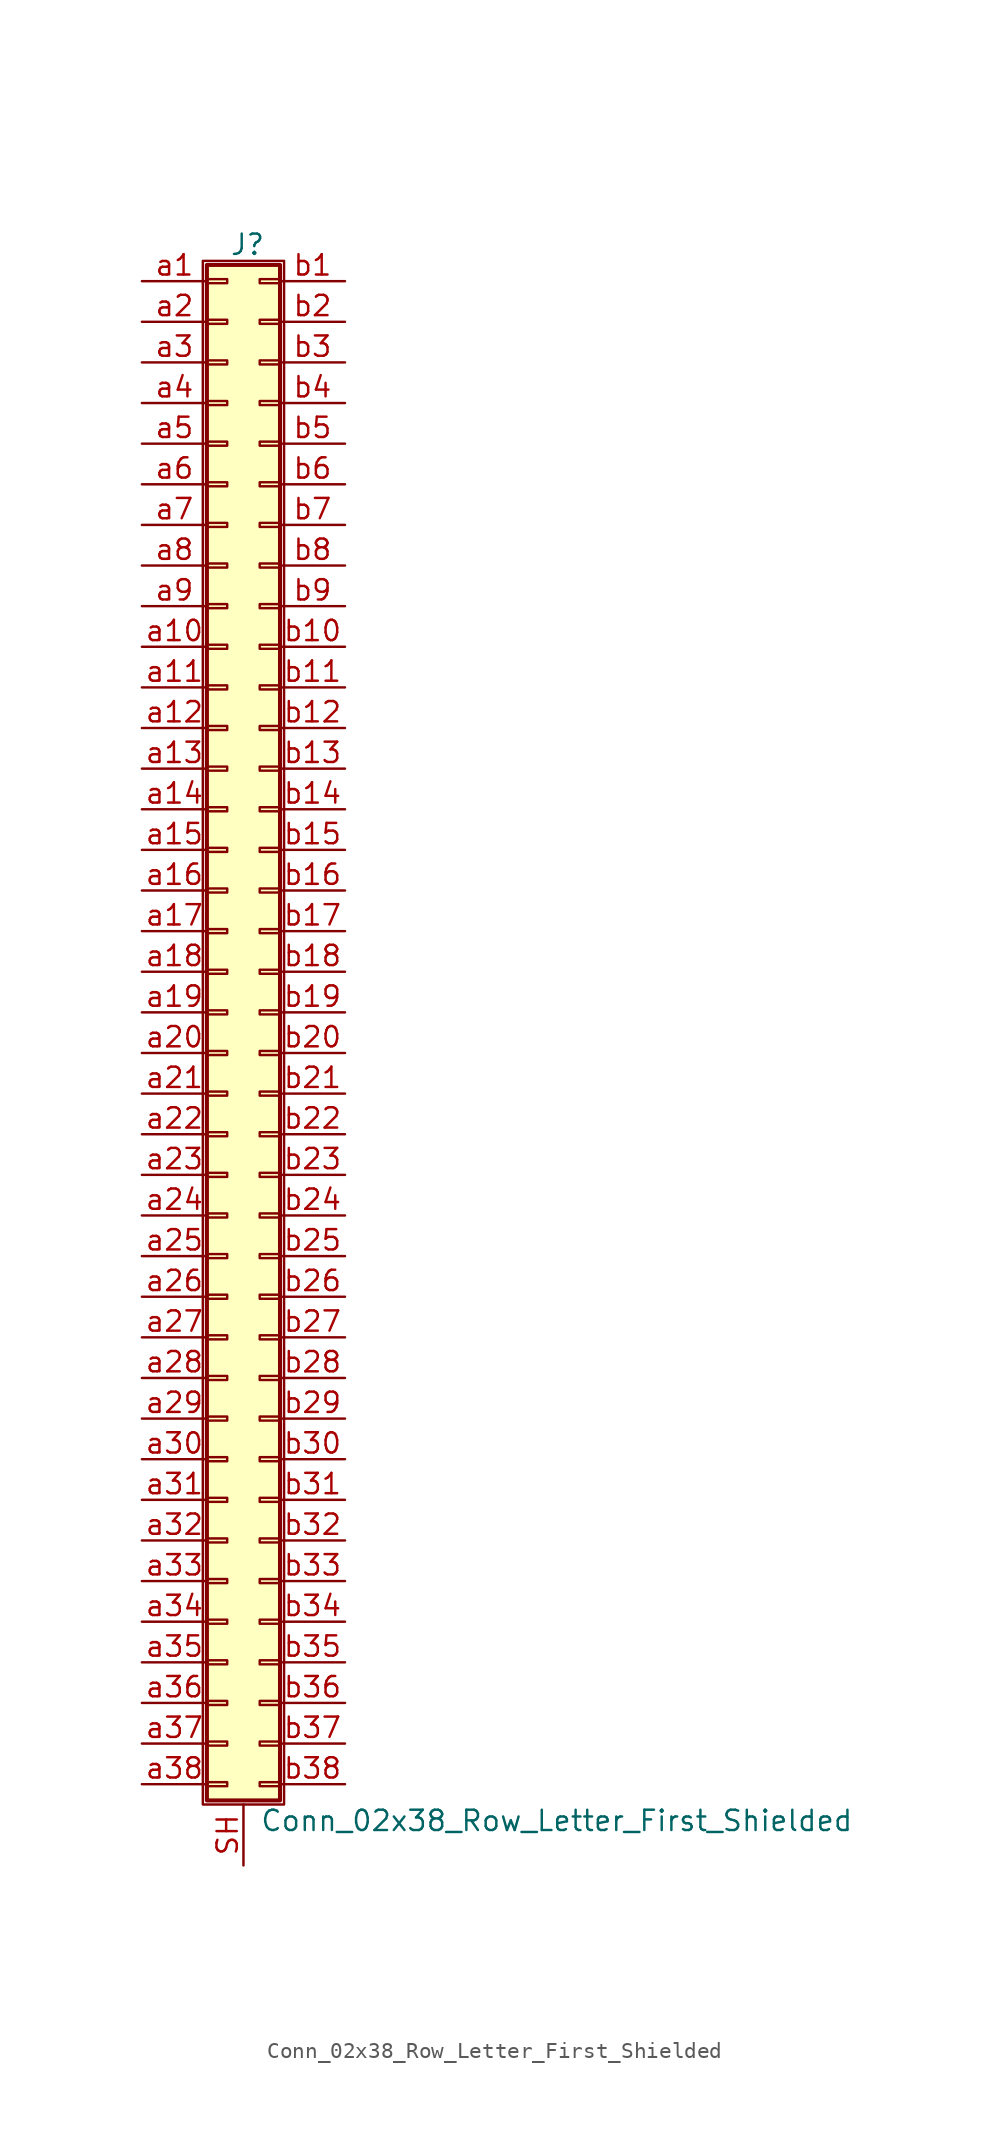
<source format=kicad_sym>
(kicad_symbol_lib
  (version 20220914)
  (generator kicad_symbol_editor)
  (symbol "Conn_02x38_Row_Letter_First_Shielded"
    (pin_names
      (offset 1.016) hide)
    (property "Reference" "J"
      (at 1.524 48.006 0)
      (effects (font (size 1.27 1.27))))
    (property "Value" "Conn_02x38_Row_Letter_First_Shielded"
      (at 2.286 -50.546 0)
      (effects (font (size 1.27 1.27)) (justify left)))
    (symbol "Conn_02x38_Row_Letter_First_Shielded_1_1"
      (rectangle (start -1.27 46.99) (end 3.81 -49.53) (stroke (width 0.152) (type default)) (fill (type none)))
      (rectangle (start -1.016 -48.133) (end 0.254 -48.387) (stroke (width 0.152) (type default)) (fill (type none)))
      (rectangle (start -1.016 -45.593) (end 0.254 -45.847) (stroke (width 0.152) (type default)) (fill (type none)))
      (rectangle (start -1.016 -43.053) (end 0.254 -43.307) (stroke (width 0.152) (type default)) (fill (type none)))
      (rectangle (start -1.016 -40.513) (end 0.254 -40.767) (stroke (width 0.152) (type default)) (fill (type none)))
      (rectangle (start -1.016 -37.973) (end 0.254 -38.227) (stroke (width 0.152) (type default)) (fill (type none)))
      (rectangle (start -1.016 -35.433) (end 0.254 -35.687) (stroke (width 0.152) (type default)) (fill (type none)))
      (rectangle (start -1.016 -32.893) (end 0.254 -33.147) (stroke (width 0.152) (type default)) (fill (type none)))
      (rectangle (start -1.016 -30.353) (end 0.254 -30.607) (stroke (width 0.152) (type default)) (fill (type none)))
      (rectangle (start -1.016 -27.813) (end 0.254 -28.067) (stroke (width 0.152) (type default)) (fill (type none)))
      (rectangle (start -1.016 -25.273) (end 0.254 -25.527) (stroke (width 0.152) (type default)) (fill (type none)))
      (rectangle (start -1.016 -22.733) (end 0.254 -22.987) (stroke (width 0.152) (type default)) (fill (type none)))
      (rectangle (start -1.016 -20.193) (end 0.254 -20.447) (stroke (width 0.152) (type default)) (fill (type none)))
      (rectangle (start -1.016 -17.653) (end 0.254 -17.907) (stroke (width 0.152) (type default)) (fill (type none)))
      (rectangle (start -1.016 -15.113) (end 0.254 -15.367) (stroke (width 0.152) (type default)) (fill (type none)))
      (rectangle (start -1.016 -12.573) (end 0.254 -12.827) (stroke (width 0.152) (type default)) (fill (type none)))
      (rectangle (start -1.016 -10.033) (end 0.254 -10.287) (stroke (width 0.152) (type default)) (fill (type none)))
      (rectangle (start -1.016 -7.493) (end 0.254 -7.747) (stroke (width 0.152) (type default)) (fill (type none)))
      (rectangle (start -1.016 -4.953) (end 0.254 -5.207) (stroke (width 0.152) (type default)) (fill (type none)))
      (rectangle (start -1.016 -2.413) (end 0.254 -2.667) (stroke (width 0.152) (type default)) (fill (type none)))
      (rectangle (start -1.016 0.127) (end 0.254 -0.127) (stroke (width 0.152) (type default)) (fill (type none)))
      (rectangle (start -1.016 2.667) (end 0.254 2.413) (stroke (width 0.152) (type default)) (fill (type none)))
      (rectangle (start -1.016 5.207) (end 0.254 4.953) (stroke (width 0.152) (type default)) (fill (type none)))
      (rectangle (start -1.016 7.747) (end 0.254 7.493) (stroke (width 0.152) (type default)) (fill (type none)))
      (rectangle (start -1.016 10.287) (end 0.254 10.033) (stroke (width 0.152) (type default)) (fill (type none)))
      (rectangle (start -1.016 12.827) (end 0.254 12.573) (stroke (width 0.152) (type default)) (fill (type none)))
      (rectangle (start -1.016 15.367) (end 0.254 15.113) (stroke (width 0.152) (type default)) (fill (type none)))
      (rectangle (start -1.016 17.907) (end 0.254 17.653) (stroke (width 0.152) (type default)) (fill (type none)))
      (rectangle (start -1.016 20.447) (end 0.254 20.193) (stroke (width 0.152) (type default)) (fill (type none)))
      (rectangle (start -1.016 22.987) (end 0.254 22.733) (stroke (width 0.152) (type default)) (fill (type none)))
      (rectangle (start -1.016 25.527) (end 0.254 25.273) (stroke (width 0.152) (type default)) (fill (type none)))
      (rectangle (start -1.016 28.067) (end 0.254 27.813) (stroke (width 0.152) (type default)) (fill (type none)))
      (rectangle (start -1.016 30.607) (end 0.254 30.353) (stroke (width 0.152) (type default)) (fill (type none)))
      (rectangle (start -1.016 33.147) (end 0.254 32.893) (stroke (width 0.152) (type default)) (fill (type none)))
      (rectangle (start -1.016 35.687) (end 0.254 35.433) (stroke (width 0.152) (type default)) (fill (type none)))
      (rectangle (start -1.016 38.227) (end 0.254 37.973) (stroke (width 0.152) (type default)) (fill (type none)))
      (rectangle (start -1.016 40.767) (end 0.254 40.513) (stroke (width 0.152) (type default)) (fill (type none)))
      (rectangle (start -1.016 43.307) (end 0.254 43.053) (stroke (width 0.152) (type default)) (fill (type none)))
      (rectangle (start -1.016 45.847) (end 0.254 45.593) (stroke (width 0.152) (type default)) (fill (type none)))
      (rectangle (start -1.016 46.736) (end 3.556 -49.276) (stroke (width 0.254) (type default)) (fill (type background)))
      (rectangle (start 3.556 -48.133) (end 2.286 -48.387) (stroke (width 0.152) (type default)) (fill (type none)))
      (rectangle (start 3.556 -45.593) (end 2.286 -45.847) (stroke (width 0.152) (type default)) (fill (type none)))
      (rectangle (start 3.556 -43.053) (end 2.286 -43.307) (stroke (width 0.152) (type default)) (fill (type none)))
      (rectangle (start 3.556 -40.513) (end 2.286 -40.767) (stroke (width 0.152) (type default)) (fill (type none)))
      (rectangle (start 3.556 -37.973) (end 2.286 -38.227) (stroke (width 0.152) (type default)) (fill (type none)))
      (rectangle (start 3.556 -35.433) (end 2.286 -35.687) (stroke (width 0.152) (type default)) (fill (type none)))
      (rectangle (start 3.556 -32.893) (end 2.286 -33.147) (stroke (width 0.152) (type default)) (fill (type none)))
      (rectangle (start 3.556 -30.353) (end 2.286 -30.607) (stroke (width 0.152) (type default)) (fill (type none)))
      (rectangle (start 3.556 -27.813) (end 2.286 -28.067) (stroke (width 0.152) (type default)) (fill (type none)))
      (rectangle (start 3.556 -25.273) (end 2.286 -25.527) (stroke (width 0.152) (type default)) (fill (type none)))
      (rectangle (start 3.556 -22.733) (end 2.286 -22.987) (stroke (width 0.152) (type default)) (fill (type none)))
      (rectangle (start 3.556 -20.193) (end 2.286 -20.447) (stroke (width 0.152) (type default)) (fill (type none)))
      (rectangle (start 3.556 -17.653) (end 2.286 -17.907) (stroke (width 0.152) (type default)) (fill (type none)))
      (rectangle (start 3.556 -15.113) (end 2.286 -15.367) (stroke (width 0.152) (type default)) (fill (type none)))
      (rectangle (start 3.556 -12.573) (end 2.286 -12.827) (stroke (width 0.152) (type default)) (fill (type none)))
      (rectangle (start 3.556 -10.033) (end 2.286 -10.287) (stroke (width 0.152) (type default)) (fill (type none)))
      (rectangle (start 3.556 -7.493) (end 2.286 -7.747) (stroke (width 0.152) (type default)) (fill (type none)))
      (rectangle (start 3.556 -4.953) (end 2.286 -5.207) (stroke (width 0.152) (type default)) (fill (type none)))
      (rectangle (start 3.556 -2.413) (end 2.286 -2.667) (stroke (width 0.152) (type default)) (fill (type none)))
      (rectangle (start 3.556 0.127) (end 2.286 -0.127) (stroke (width 0.152) (type default)) (fill (type none)))
      (rectangle (start 3.556 2.667) (end 2.286 2.413) (stroke (width 0.152) (type default)) (fill (type none)))
      (rectangle (start 3.556 5.207) (end 2.286 4.953) (stroke (width 0.152) (type default)) (fill (type none)))
      (rectangle (start 3.556 7.747) (end 2.286 7.493) (stroke (width 0.152) (type default)) (fill (type none)))
      (rectangle (start 3.556 10.287) (end 2.286 10.033) (stroke (width 0.152) (type default)) (fill (type none)))
      (rectangle (start 3.556 12.827) (end 2.286 12.573) (stroke (width 0.152) (type default)) (fill (type none)))
      (rectangle (start 3.556 15.367) (end 2.286 15.113) (stroke (width 0.152) (type default)) (fill (type none)))
      (rectangle (start 3.556 17.907) (end 2.286 17.653) (stroke (width 0.152) (type default)) (fill (type none)))
      (rectangle (start 3.556 20.447) (end 2.286 20.193) (stroke (width 0.152) (type default)) (fill (type none)))
      (rectangle (start 3.556 22.987) (end 2.286 22.733) (stroke (width 0.152) (type default)) (fill (type none)))
      (rectangle (start 3.556 25.527) (end 2.286 25.273) (stroke (width 0.152) (type default)) (fill (type none)))
      (rectangle (start 3.556 28.067) (end 2.286 27.813) (stroke (width 0.152) (type default)) (fill (type none)))
      (rectangle (start 3.556 30.607) (end 2.286 30.353) (stroke (width 0.152) (type default)) (fill (type none)))
      (rectangle (start 3.556 33.147) (end 2.286 32.893) (stroke (width 0.152) (type default)) (fill (type none)))
      (rectangle (start 3.556 35.687) (end 2.286 35.433) (stroke (width 0.152) (type default)) (fill (type none)))
      (rectangle (start 3.556 38.227) (end 2.286 37.973) (stroke (width 0.152) (type default)) (fill (type none)))
      (rectangle (start 3.556 40.767) (end 2.286 40.513) (stroke (width 0.152) (type default)) (fill (type none)))
      (rectangle (start 3.556 43.307) (end 2.286 43.053) (stroke (width 0.152) (type default)) (fill (type none)))
      (rectangle (start 3.556 45.847) (end 2.286 45.593) (stroke (width 0.152) (type default)) (fill (type none)))
      (pin passive line (at 1.27 -53.34 90) (length 3.81) (name "Shield" (effects (font (size 1.27 1.27)))) (number "SH" (effects (font (size 1.27 1.27)))))
      (pin passive line (at -5.08 45.72 0) (length 4.064) (name "Pin_a1" (effects (font (size 1.27 1.27)))) (number "a1" (effects (font (size 1.27 1.27)))))
      (pin passive line (at -5.08 22.86 0) (length 4.064) (name "Pin_a10" (effects (font (size 1.27 1.27)))) (number "a10" (effects (font (size 1.27 1.27)))))
      (pin passive line (at -5.08 20.32 0) (length 4.064) (name "Pin_a11" (effects (font (size 1.27 1.27)))) (number "a11" (effects (font (size 1.27 1.27)))))
      (pin passive line (at -5.08 17.78 0) (length 4.064) (name "Pin_a12" (effects (font (size 1.27 1.27)))) (number "a12" (effects (font (size 1.27 1.27)))))
      (pin passive line (at -5.08 15.24 0) (length 4.064) (name "Pin_a13" (effects (font (size 1.27 1.27)))) (number "a13" (effects (font (size 1.27 1.27)))))
      (pin passive line (at -5.08 12.7 0) (length 4.064) (name "Pin_a14" (effects (font (size 1.27 1.27)))) (number "a14" (effects (font (size 1.27 1.27)))))
      (pin passive line (at -5.08 10.16 0) (length 4.064) (name "Pin_a15" (effects (font (size 1.27 1.27)))) (number "a15" (effects (font (size 1.27 1.27)))))
      (pin passive line (at -5.08 7.62 0) (length 4.064) (name "Pin_a16" (effects (font (size 1.27 1.27)))) (number "a16" (effects (font (size 1.27 1.27)))))
      (pin passive line (at -5.08 5.08 0) (length 4.064) (name "Pin_a17" (effects (font (size 1.27 1.27)))) (number "a17" (effects (font (size 1.27 1.27)))))
      (pin passive line (at -5.08 2.54 0) (length 4.064) (name "Pin_a18" (effects (font (size 1.27 1.27)))) (number "a18" (effects (font (size 1.27 1.27)))))
      (pin passive line (at -5.08 0 0) (length 4.064) (name "Pin_a19" (effects (font (size 1.27 1.27)))) (number "a19" (effects (font (size 1.27 1.27)))))
      (pin passive line (at -5.08 43.18 0) (length 4.064) (name "Pin_a2" (effects (font (size 1.27 1.27)))) (number "a2" (effects (font (size 1.27 1.27)))))
      (pin passive line (at -5.08 -2.54 0) (length 4.064) (name "Pin_a20" (effects (font (size 1.27 1.27)))) (number "a20" (effects (font (size 1.27 1.27)))))
      (pin passive line (at -5.08 -5.08 0) (length 4.064) (name "Pin_a21" (effects (font (size 1.27 1.27)))) (number "a21" (effects (font (size 1.27 1.27)))))
      (pin passive line (at -5.08 -7.62 0) (length 4.064) (name "Pin_a22" (effects (font (size 1.27 1.27)))) (number "a22" (effects (font (size 1.27 1.27)))))
      (pin passive line (at -5.08 -10.16 0) (length 4.064) (name "Pin_a23" (effects (font (size 1.27 1.27)))) (number "a23" (effects (font (size 1.27 1.27)))))
      (pin passive line (at -5.08 -12.7 0) (length 4.064) (name "Pin_a24" (effects (font (size 1.27 1.27)))) (number "a24" (effects (font (size 1.27 1.27)))))
      (pin passive line (at -5.08 -15.24 0) (length 4.064) (name "Pin_a25" (effects (font (size 1.27 1.27)))) (number "a25" (effects (font (size 1.27 1.27)))))
      (pin passive line (at -5.08 -17.78 0) (length 4.064) (name "Pin_a26" (effects (font (size 1.27 1.27)))) (number "a26" (effects (font (size 1.27 1.27)))))
      (pin passive line (at -5.08 -20.32 0) (length 4.064) (name "Pin_a27" (effects (font (size 1.27 1.27)))) (number "a27" (effects (font (size 1.27 1.27)))))
      (pin passive line (at -5.08 -22.86 0) (length 4.064) (name "Pin_a28" (effects (font (size 1.27 1.27)))) (number "a28" (effects (font (size 1.27 1.27)))))
      (pin passive line (at -5.08 -25.4 0) (length 4.064) (name "Pin_a29" (effects (font (size 1.27 1.27)))) (number "a29" (effects (font (size 1.27 1.27)))))
      (pin passive line (at -5.08 40.64 0) (length 4.064) (name "Pin_a3" (effects (font (size 1.27 1.27)))) (number "a3" (effects (font (size 1.27 1.27)))))
      (pin passive line (at -5.08 -27.94 0) (length 4.064) (name "Pin_a30" (effects (font (size 1.27 1.27)))) (number "a30" (effects (font (size 1.27 1.27)))))
      (pin passive line (at -5.08 -30.48 0) (length 4.064) (name "Pin_a31" (effects (font (size 1.27 1.27)))) (number "a31" (effects (font (size 1.27 1.27)))))
      (pin passive line (at -5.08 -33.02 0) (length 4.064) (name "Pin_a32" (effects (font (size 1.27 1.27)))) (number "a32" (effects (font (size 1.27 1.27)))))
      (pin passive line (at -5.08 -35.56 0) (length 4.064) (name "Pin_a33" (effects (font (size 1.27 1.27)))) (number "a33" (effects (font (size 1.27 1.27)))))
      (pin passive line (at -5.08 -38.1 0) (length 4.064) (name "Pin_a34" (effects (font (size 1.27 1.27)))) (number "a34" (effects (font (size 1.27 1.27)))))
      (pin passive line (at -5.08 -40.64 0) (length 4.064) (name "Pin_a35" (effects (font (size 1.27 1.27)))) (number "a35" (effects (font (size 1.27 1.27)))))
      (pin passive line (at -5.08 -43.18 0) (length 4.064) (name "Pin_a36" (effects (font (size 1.27 1.27)))) (number "a36" (effects (font (size 1.27 1.27)))))
      (pin passive line (at -5.08 -45.72 0) (length 4.064) (name "Pin_a37" (effects (font (size 1.27 1.27)))) (number "a37" (effects (font (size 1.27 1.27)))))
      (pin passive line (at -5.08 -48.26 0) (length 4.064) (name "Pin_a38" (effects (font (size 1.27 1.27)))) (number "a38" (effects (font (size 1.27 1.27)))))
      (pin passive line (at -5.08 38.1 0) (length 4.064) (name "Pin_a4" (effects (font (size 1.27 1.27)))) (number "a4" (effects (font (size 1.27 1.27)))))
      (pin passive line (at -5.08 35.56 0) (length 4.064) (name "Pin_a5" (effects (font (size 1.27 1.27)))) (number "a5" (effects (font (size 1.27 1.27)))))
      (pin passive line (at -5.08 33.02 0) (length 4.064) (name "Pin_a6" (effects (font (size 1.27 1.27)))) (number "a6" (effects (font (size 1.27 1.27)))))
      (pin passive line (at -5.08 30.48 0) (length 4.064) (name "Pin_a7" (effects (font (size 1.27 1.27)))) (number "a7" (effects (font (size 1.27 1.27)))))
      (pin passive line (at -5.08 27.94 0) (length 4.064) (name "Pin_a8" (effects (font (size 1.27 1.27)))) (number "a8" (effects (font (size 1.27 1.27)))))
      (pin passive line (at -5.08 25.4 0) (length 4.064) (name "Pin_a9" (effects (font (size 1.27 1.27)))) (number "a9" (effects (font (size 1.27 1.27)))))
      (pin passive line (at 7.62 45.72 180) (length 4.064) (name "Pin_b1" (effects (font (size 1.27 1.27)))) (number "b1" (effects (font (size 1.27 1.27)))))
      (pin passive line (at 7.62 22.86 180) (length 4.064) (name "Pin_b10" (effects (font (size 1.27 1.27)))) (number "b10" (effects (font (size 1.27 1.27)))))
      (pin passive line (at 7.62 20.32 180) (length 4.064) (name "Pin_b11" (effects (font (size 1.27 1.27)))) (number "b11" (effects (font (size 1.27 1.27)))))
      (pin passive line (at 7.62 17.78 180) (length 4.064) (name "Pin_b12" (effects (font (size 1.27 1.27)))) (number "b12" (effects (font (size 1.27 1.27)))))
      (pin passive line (at 7.62 15.24 180) (length 4.064) (name "Pin_b13" (effects (font (size 1.27 1.27)))) (number "b13" (effects (font (size 1.27 1.27)))))
      (pin passive line (at 7.62 12.7 180) (length 4.064) (name "Pin_b14" (effects (font (size 1.27 1.27)))) (number "b14" (effects (font (size 1.27 1.27)))))
      (pin passive line (at 7.62 10.16 180) (length 4.064) (name "Pin_b15" (effects (font (size 1.27 1.27)))) (number "b15" (effects (font (size 1.27 1.27)))))
      (pin passive line (at 7.62 7.62 180) (length 4.064) (name "Pin_b16" (effects (font (size 1.27 1.27)))) (number "b16" (effects (font (size 1.27 1.27)))))
      (pin passive line (at 7.62 5.08 180) (length 4.064) (name "Pin_b17" (effects (font (size 1.27 1.27)))) (number "b17" (effects (font (size 1.27 1.27)))))
      (pin passive line (at 7.62 2.54 180) (length 4.064) (name "Pin_b18" (effects (font (size 1.27 1.27)))) (number "b18" (effects (font (size 1.27 1.27)))))
      (pin passive line (at 7.62 0 180) (length 4.064) (name "Pin_b19" (effects (font (size 1.27 1.27)))) (number "b19" (effects (font (size 1.27 1.27)))))
      (pin passive line (at 7.62 43.18 180) (length 4.064) (name "Pin_b2" (effects (font (size 1.27 1.27)))) (number "b2" (effects (font (size 1.27 1.27)))))
      (pin passive line (at 7.62 -2.54 180) (length 4.064) (name "Pin_b20" (effects (font (size 1.27 1.27)))) (number "b20" (effects (font (size 1.27 1.27)))))
      (pin passive line (at 7.62 -5.08 180) (length 4.064) (name "Pin_b21" (effects (font (size 1.27 1.27)))) (number "b21" (effects (font (size 1.27 1.27)))))
      (pin passive line (at 7.62 -7.62 180) (length 4.064) (name "Pin_b22" (effects (font (size 1.27 1.27)))) (number "b22" (effects (font (size 1.27 1.27)))))
      (pin passive line (at 7.62 -10.16 180) (length 4.064) (name "Pin_b23" (effects (font (size 1.27 1.27)))) (number "b23" (effects (font (size 1.27 1.27)))))
      (pin passive line (at 7.62 -12.7 180) (length 4.064) (name "Pin_b24" (effects (font (size 1.27 1.27)))) (number "b24" (effects (font (size 1.27 1.27)))))
      (pin passive line (at 7.62 -15.24 180) (length 4.064) (name "Pin_b25" (effects (font (size 1.27 1.27)))) (number "b25" (effects (font (size 1.27 1.27)))))
      (pin passive line (at 7.62 -17.78 180) (length 4.064) (name "Pin_b26" (effects (font (size 1.27 1.27)))) (number "b26" (effects (font (size 1.27 1.27)))))
      (pin passive line (at 7.62 -20.32 180) (length 4.064) (name "Pin_b27" (effects (font (size 1.27 1.27)))) (number "b27" (effects (font (size 1.27 1.27)))))
      (pin passive line (at 7.62 -22.86 180) (length 4.064) (name "Pin_b28" (effects (font (size 1.27 1.27)))) (number "b28" (effects (font (size 1.27 1.27)))))
      (pin passive line (at 7.62 -25.4 180) (length 4.064) (name "Pin_b29" (effects (font (size 1.27 1.27)))) (number "b29" (effects (font (size 1.27 1.27)))))
      (pin passive line (at 7.62 40.64 180) (length 4.064) (name "Pin_b3" (effects (font (size 1.27 1.27)))) (number "b3" (effects (font (size 1.27 1.27)))))
      (pin passive line (at 7.62 -27.94 180) (length 4.064) (name "Pin_b30" (effects (font (size 1.27 1.27)))) (number "b30" (effects (font (size 1.27 1.27)))))
      (pin passive line (at 7.62 -30.48 180) (length 4.064) (name "Pin_b31" (effects (font (size 1.27 1.27)))) (number "b31" (effects (font (size 1.27 1.27)))))
      (pin passive line (at 7.62 -33.02 180) (length 4.064) (name "Pin_b32" (effects (font (size 1.27 1.27)))) (number "b32" (effects (font (size 1.27 1.27)))))
      (pin passive line (at 7.62 -35.56 180) (length 4.064) (name "Pin_b33" (effects (font (size 1.27 1.27)))) (number "b33" (effects (font (size 1.27 1.27)))))
      (pin passive line (at 7.62 -38.1 180) (length 4.064) (name "Pin_b34" (effects (font (size 1.27 1.27)))) (number "b34" (effects (font (size 1.27 1.27)))))
      (pin passive line (at 7.62 -40.64 180) (length 4.064) (name "Pin_b35" (effects (font (size 1.27 1.27)))) (number "b35" (effects (font (size 1.27 1.27)))))
      (pin passive line (at 7.62 -43.18 180) (length 4.064) (name "Pin_b36" (effects (font (size 1.27 1.27)))) (number "b36" (effects (font (size 1.27 1.27)))))
      (pin passive line (at 7.62 -45.72 180) (length 4.064) (name "Pin_b37" (effects (font (size 1.27 1.27)))) (number "b37" (effects (font (size 1.27 1.27)))))
      (pin passive line (at 7.62 -48.26 180) (length 4.064) (name "Pin_b38" (effects (font (size 1.27 1.27)))) (number "b38" (effects (font (size 1.27 1.27)))))
      (pin passive line (at 7.62 38.1 180) (length 4.064) (name "Pin_b4" (effects (font (size 1.27 1.27)))) (number "b4" (effects (font (size 1.27 1.27)))))
      (pin passive line (at 7.62 35.56 180) (length 4.064) (name "Pin_b5" (effects (font (size 1.27 1.27)))) (number "b5" (effects (font (size 1.27 1.27)))))
      (pin passive line (at 7.62 33.02 180) (length 4.064) (name "Pin_b6" (effects (font (size 1.27 1.27)))) (number "b6" (effects (font (size 1.27 1.27)))))
      (pin passive line (at 7.62 30.48 180) (length 4.064) (name "Pin_b7" (effects (font (size 1.27 1.27)))) (number "b7" (effects (font (size 1.27 1.27)))))
      (pin passive line (at 7.62 27.94 180) (length 4.064) (name "Pin_b8" (effects (font (size 1.27 1.27)))) (number "b8" (effects (font (size 1.27 1.27)))))
      (pin passive line (at 7.62 25.4 180) (length 4.064) (name "Pin_b9" (effects (font (size 1.27 1.27)))) (number "b9" (effects (font (size 1.27 1.27))))))))
</source>
